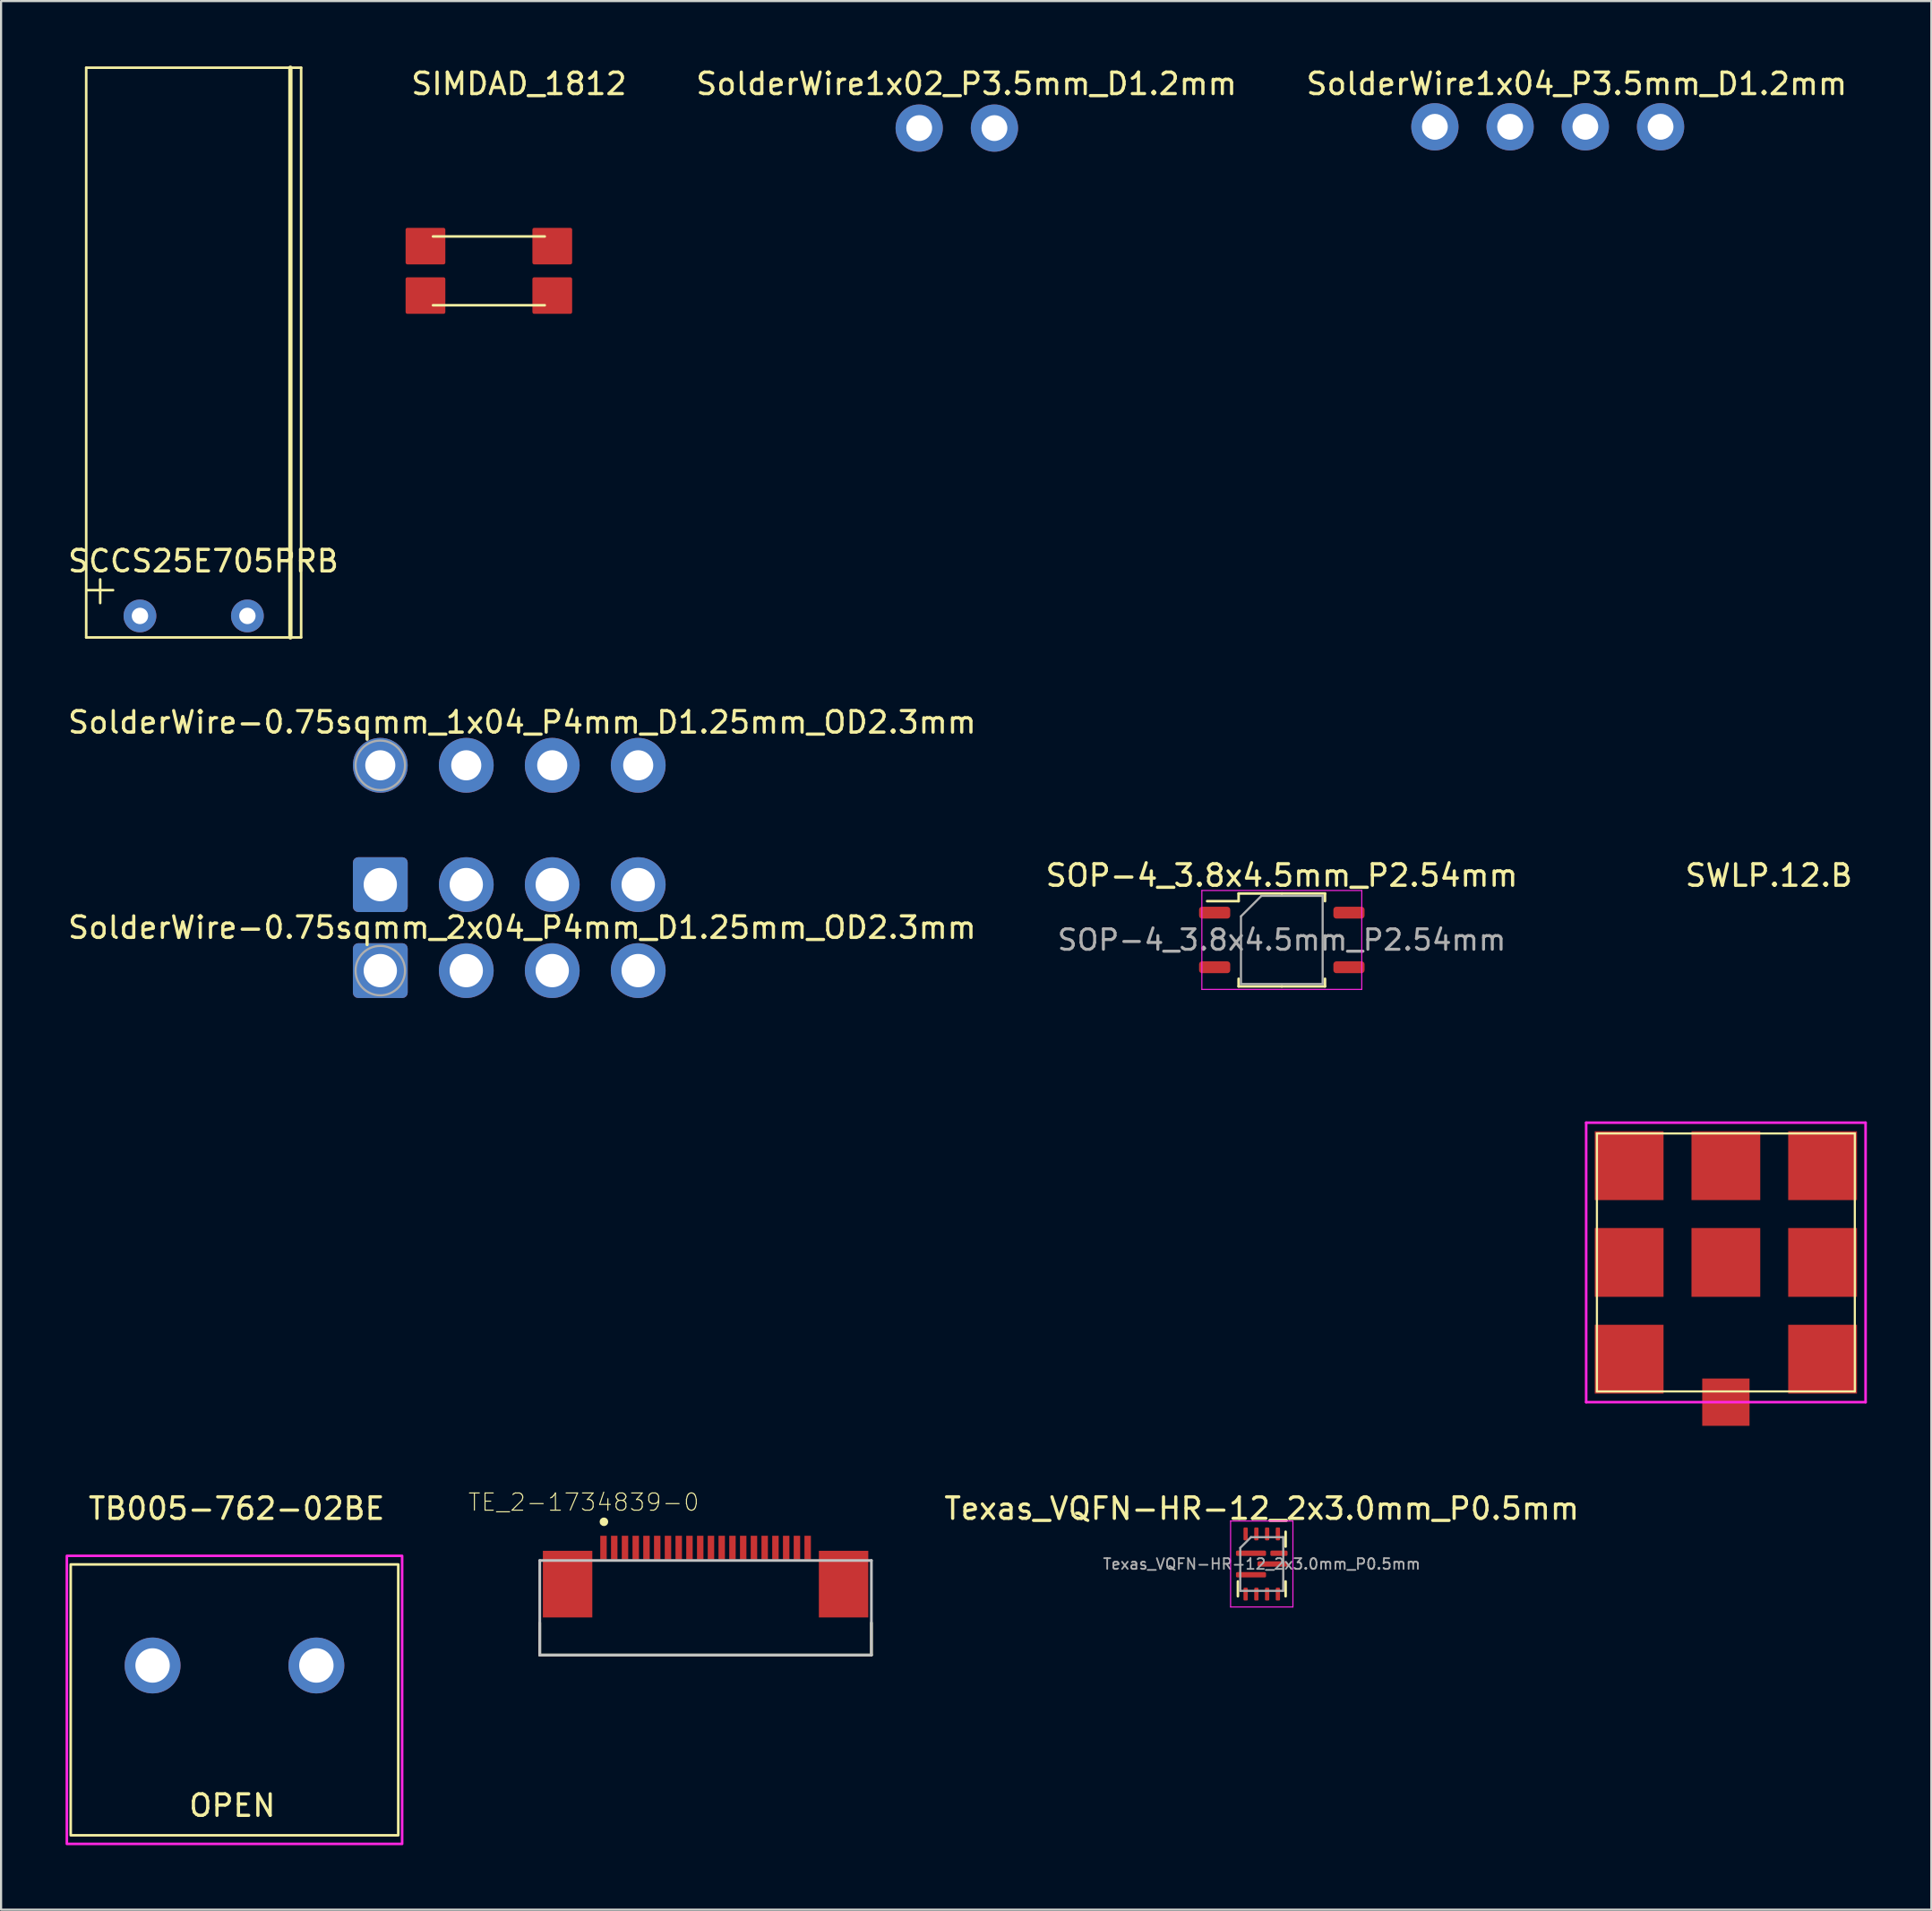
<source format=kicad_pcb>
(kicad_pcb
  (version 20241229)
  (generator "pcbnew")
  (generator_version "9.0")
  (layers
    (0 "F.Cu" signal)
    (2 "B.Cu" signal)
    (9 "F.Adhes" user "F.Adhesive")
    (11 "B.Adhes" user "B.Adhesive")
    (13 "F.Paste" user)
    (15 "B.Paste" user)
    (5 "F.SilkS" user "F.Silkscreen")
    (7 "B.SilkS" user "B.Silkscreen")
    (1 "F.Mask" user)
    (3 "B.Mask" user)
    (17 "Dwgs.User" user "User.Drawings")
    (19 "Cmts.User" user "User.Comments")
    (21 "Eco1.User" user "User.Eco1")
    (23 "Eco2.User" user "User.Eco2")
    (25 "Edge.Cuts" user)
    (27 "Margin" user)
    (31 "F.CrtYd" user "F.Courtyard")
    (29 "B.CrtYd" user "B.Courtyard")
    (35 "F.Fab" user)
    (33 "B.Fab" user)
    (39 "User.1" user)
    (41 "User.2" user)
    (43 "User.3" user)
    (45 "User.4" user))
  (footprint "SIMDAD_1812"
    (layer "F.Cu")
    (at 19.696 9.548)
    (property "Reference" "SIMDAD_1812" (at 1.4 -8.7 0) (unlocked yes) (layer "F.SilkS") (effects (font (size 1 1) (thickness 0.15))))
    (attr smd)
    (fp_line (start -2.6 -1.6) (end 2.6 -1.6) (stroke (width 0.12) (type default)) (layer "F.SilkS"))
    (fp_line (start -2.6 1.6) (end 2.6 1.6) (stroke (width 0.12) (type default)) (layer "F.SilkS"))
    (pad "1" smd roundrect (at -2.95 -1.15) (size 1.85 1.7) (layers "F.Cu" "F.Mask" "F.Paste") (roundrect_rratio 0.05))
    (pad "2" smd roundrect (at 2.95 -1.15) (size 1.85 1.7) (layers "F.Cu" "F.Mask" "F.Paste") (roundrect_rratio 0.05))
    (pad "3" smd roundrect (at 2.95 1.15) (size 1.85 1.7) (layers "F.Cu" "F.Mask" "F.Paste") (roundrect_rratio 0.05))
    (pad "4" smd roundrect (at -2.95 1.15) (size 1.85 1.7) (layers "F.Cu" "F.Mask" "F.Paste") (roundrect_rratio 0.05)))
  (footprint "SCCS25E705PRB"
    (layer "F.Cu")
    (at 5.961 25.6)
    (property "Reference" "SCCS25E705PRB" (at 0.45 -2.55 0) (layer "F.SilkS") (effects (font (size 1 1) (thickness 0.15))))
    (attr through_hole)
    (fp_line (start -5 -25.5) (end -5 1) (stroke (width 0.12) (type solid)) (layer "F.SilkS"))
    (fp_line (start -5 1) (end 5 1) (stroke (width 0.12) (type solid)) (layer "F.SilkS"))
    (fp_line (start -4.95 -1.2) (end -3.75 -1.2) (stroke (width 0.12) (type solid)) (layer "F.SilkS"))
    (fp_line (start -4.35 -1.7) (end -4.35 -0.6) (stroke (width 0.12) (type solid)) (layer "F.SilkS"))
    (fp_line (start 4.5 -25.5) (end 4.5 1) (stroke (width 0.2) (type solid)) (layer "F.SilkS"))
    (fp_line (start 5 -25.5) (end -5 -25.5) (stroke (width 0.12) (type solid)) (layer "F.SilkS"))
    (fp_line (start 5 1) (end 5 -25.5) (stroke (width 0.12) (type solid)) (layer "F.SilkS"))
    (pad "1" thru_hole circle (at -2.5 0) (size 1.524 1.524) (drill 0.762) (layers "*.Cu" "*.Mask"))
    (pad "2" thru_hole circle (at 2.5 0) (size 1.524 1.524) (drill 0.762) (layers "*.Cu" "*.Mask")))
  (footprint "SOP-4_3.8x4.5mm_P2.54mm"
    (layer "F.Cu")
    (at 56.589 40.672)
    (property "Reference" "SOP-4_3.8x4.5mm_P2.54mm" (at 0 -3 0) (layer "F.SilkS") (effects (font (size 1 1) (thickness 0.15))))
    (attr smd)
    (fp_line (start -2.01 -2.16) (end -2.01 -1.805) (stroke (width 0.12) (type solid)) (layer "F.SilkS"))
    (fp_line (start -2.01 -1.805) (end -3.475 -1.805) (stroke (width 0.12) (type solid)) (layer "F.SilkS"))
    (fp_line (start -2.01 2.16) (end -2.01 1.805) (stroke (width 0.12) (type solid)) (layer "F.SilkS"))
    (fp_line (start 0 -2.16) (end -2.01 -2.16) (stroke (width 0.12) (type solid)) (layer "F.SilkS"))
    (fp_line (start 0 -2.16) (end 2.01 -2.16) (stroke (width 0.12) (type solid)) (layer "F.SilkS"))
    (fp_line (start 0 2.16) (end -2.01 2.16) (stroke (width 0.12) (type solid)) (layer "F.SilkS"))
    (fp_line (start 0 2.16) (end 2.01 2.16) (stroke (width 0.12) (type solid)) (layer "F.SilkS"))
    (fp_line (start 2.01 -2.16) (end 2.01 -1.805) (stroke (width 0.12) (type solid)) (layer "F.SilkS"))
    (fp_line (start 2.01 2.16) (end 2.01 1.805) (stroke (width 0.12) (type solid)) (layer "F.SilkS"))
    (fp_line (start -3.72 -2.3) (end -3.72 2.3) (stroke (width 0.05) (type solid)) (layer "F.CrtYd"))
    (fp_line (start -3.72 2.3) (end 3.72 2.3) (stroke (width 0.05) (type solid)) (layer "F.CrtYd"))
    (fp_line (start 3.72 -2.3) (end -3.72 -2.3) (stroke (width 0.05) (type solid)) (layer "F.CrtYd"))
    (fp_line (start 3.72 2.3) (end 3.72 -2.3) (stroke (width 0.05) (type solid)) (layer "F.CrtYd"))
    (fp_line (start -1.9 -1.1) (end -0.95 -2.05) (stroke (width 0.1) (type solid)) (layer "F.Fab"))
    (fp_line (start -1.9 2.05) (end -1.9 -1.1) (stroke (width 0.1) (type solid)) (layer "F.Fab"))
    (fp_line (start -0.95 -2.05) (end 1.9 -2.05) (stroke (width 0.1) (type solid)) (layer "F.Fab"))
    (fp_line (start 1.9 -2.05) (end 1.9 2.05) (stroke (width 0.1) (type solid)) (layer "F.Fab"))
    (fp_line (start 1.9 2.05) (end -1.9 2.05) (stroke (width 0.1) (type solid)) (layer "F.Fab"))
    (fp_text user "${REFERENCE}" (at 0 0 0) (layer "F.Fab") (effects (font (size 0.95 0.95) (thickness 0.14))))
    (pad "1" smd roundrect (at -3.125 -1.27) (size 1.45 0.55) (layers "F.Cu" "F.Mask" "F.Paste") (roundrect_rratio 0.25))
    (pad "2" smd roundrect (at -3.125 1.27) (size 1.45 0.55) (layers "F.Cu" "F.Mask" "F.Paste") (roundrect_rratio 0.25))
    (pad "3" smd roundrect (at 3.125 1.27) (size 1.45 0.55) (layers "F.Cu" "F.Mask" "F.Paste") (roundrect_rratio 0.25))
    (pad "4" smd roundrect (at 3.125 -1.27) (size 1.45 0.55) (layers "F.Cu" "F.Mask" "F.Paste") (roundrect_rratio 0.25)))
  (footprint "SolderWire1x02_P3.5mm_D1.2mm"
    (layer "F.Cu")
    (at 39.718 2.908)
    (property "Reference" "SolderWire1x02_P3.5mm_D1.2mm" (at 2.2 -2.06 0) (layer "F.SilkS") (effects (font (size 1 1) (thickness 0.15))))
    (attr exclude_from_pos_files exclude_from_bom)
    (pad "1" thru_hole circle (at 0 0) (size 2.2 2.2) (drill 1.2) (layers "*.Cu" "*.Mask"))
    (pad "2" thru_hole circle (at 3.5 0) (size 2.2 2.2) (drill 1.2) (layers "*.Cu" "*.Mask")))
  (footprint "TE_2-1734839-0"
    (layer "F.Cu")
    (at 29.779 68.936)
    (property "Reference" "TE_2-1734839-0" (at -5.671 -2.109 0) (layer "F.SilkS") (effects (font (size 0.8 0.8) (thickness 0.05))))
    (attr smd)
    (fp_line (start -7.715 3.5) (end -7.715 5) (stroke (width 0.127) (type solid)) (layer "F.SilkS"))
    (fp_line (start -7.715 5) (end 7.715 5) (stroke (width 0.127) (type solid)) (layer "F.SilkS"))
    (fp_line (start 7.715 5) (end 7.715 3.5) (stroke (width 0.127) (type solid)) (layer "F.SilkS"))
    (fp_circle (center -4.73 -1.2) (end -4.63 -1.2) (stroke (width 0.2) (type solid)) (fill no) (layer "F.SilkS"))
    (fp_line (start -7.715 0.6) (end 7.715 0.6) (stroke (width 0.127) (type solid)) (layer "Dwgs.User"))
    (fp_line (start -7.715 5) (end -7.715 0.6) (stroke (width 0.127) (type solid)) (layer "Dwgs.User"))
    (fp_line (start 7.715 0.6) (end 7.715 5) (stroke (width 0.127) (type solid)) (layer "Dwgs.User"))
    (fp_line (start 7.715 5) (end -7.715 5) (stroke (width 0.127) (type solid)) (layer "Dwgs.User"))
    (fp_line (start -7.965 -0.8) (end 7.965 -0.8) (stroke (width 0.05) (type solid)) (layer "Eco1.User"))
    (fp_line (start -7.965 5.25) (end -7.965 -0.8) (stroke (width 0.05) (type solid)) (layer "Eco1.User"))
    (fp_line (start 7.965 -0.8) (end 7.965 5.25) (stroke (width 0.05) (type solid)) (layer "Eco1.User"))
    (fp_line (start 7.965 5.25) (end -7.965 5.25) (stroke (width 0.05) (type solid)) (layer "Eco1.User"))
    (pad "1" smd rect (at -4.75 0) (size 0.3 1.1) (layers "F.Cu" "F.Mask" "F.Paste"))
    (pad "2" smd rect (at -4.25 0) (size 0.3 1.1) (layers "F.Cu" "F.Mask" "F.Paste"))
    (pad "3" smd rect (at -3.75 0) (size 0.3 1.1) (layers "F.Cu" "F.Mask" "F.Paste"))
    (pad "4" smd rect (at -3.25 0) (size 0.3 1.1) (layers "F.Cu" "F.Mask" "F.Paste"))
    (pad "5" smd rect (at -2.75 0) (size 0.3 1.1) (layers "F.Cu" "F.Mask" "F.Paste"))
    (pad "6" smd rect (at -2.25 0) (size 0.3 1.1) (layers "F.Cu" "F.Mask" "F.Paste"))
    (pad "7" smd rect (at -1.75 0) (size 0.3 1.1) (layers "F.Cu" "F.Mask" "F.Paste"))
    (pad "8" smd rect (at -1.25 0) (size 0.3 1.1) (layers "F.Cu" "F.Mask" "F.Paste"))
    (pad "9" smd rect (at -0.75 0) (size 0.3 1.1) (layers "F.Cu" "F.Mask" "F.Paste"))
    (pad "10" smd rect (at -0.25 0) (size 0.3 1.1) (layers "F.Cu" "F.Mask" "F.Paste"))
    (pad "11" smd rect (at 0.25 0) (size 0.3 1.1) (layers "F.Cu" "F.Mask" "F.Paste"))
    (pad "12" smd rect (at 0.75 0) (size 0.3 1.1) (layers "F.Cu" "F.Mask" "F.Paste"))
    (pad "13" smd rect (at 1.25 0) (size 0.3 1.1) (layers "F.Cu" "F.Mask" "F.Paste"))
    (pad "14" smd rect (at 1.75 0) (size 0.3 1.1) (layers "F.Cu" "F.Mask" "F.Paste"))
    (pad "15" smd rect (at 2.25 0) (size 0.3 1.1) (layers "F.Cu" "F.Mask" "F.Paste"))
    (pad "16" smd rect (at 2.75 0) (size 0.3 1.1) (layers "F.Cu" "F.Mask" "F.Paste"))
    (pad "17" smd rect (at 3.25 0) (size 0.3 1.1) (layers "F.Cu" "F.Mask" "F.Paste"))
    (pad "18" smd rect (at 3.75 0) (size 0.3 1.1) (layers "F.Cu" "F.Mask" "F.Paste"))
    (pad "19" smd rect (at 4.25 0) (size 0.3 1.1) (layers "F.Cu" "F.Mask" "F.Paste"))
    (pad "20" smd rect (at 4.75 0) (size 0.3 1.1) (layers "F.Cu" "F.Mask" "F.Paste"))
    (pad "S1" smd rect (at -6.42 1.7) (size 2.3 3.1) (layers "F.Cu" "F.Mask" "F.Paste"))
    (pad "S2" smd rect (at 6.42 1.7) (size 2.3 3.1) (layers "F.Cu" "F.Mask" "F.Paste")))
  (footprint "SolderWire-0.75sqmm_2x04_P4mm_D1.25mm_OD2.3mm"
    (layer "F.Cu")
    (at 14.644 42.098)
    (property "Reference" "SolderWire-0.75sqmm_2x04_P4mm_D1.25mm_OD2.3mm" (at 6.6 -2 0) (layer "F.SilkS") (effects (font (size 1 1) (thickness 0.15))))
    (attr exclude_from_pos_files exclude_from_bom)
    (fp_circle (center 0 0) (end 1.15 0) (stroke (width 0.1) (type solid)) (fill no) (layer "F.Fab"))
    (pad "1" thru_hole roundrect (at 0 0) (size 2.55 2.55) (drill 1.55) (layers "*.Cu" "*.Mask") (roundrect_rratio 0.098))
    (pad "2" thru_hole circle (at 4 0) (size 2.55 2.55) (drill 1.55) (layers "*.Cu" "*.Mask"))
    (pad "3" thru_hole circle (at 8 0) (size 2.55 2.55) (drill 1.55) (layers "*.Cu" "*.Mask"))
    (pad "4" thru_hole circle (at 12 0) (size 2.55 2.55) (drill 1.55) (layers "*.Cu" "*.Mask"))
    (pad "5" thru_hole roundrect (at 0 -4) (size 2.55 2.55) (drill 1.55) (layers "*.Cu" "*.Mask") (roundrect_rratio 0.098))
    (pad "6" thru_hole circle (at 4 -4) (size 2.55 2.55) (drill 1.55) (layers "*.Cu" "*.Mask"))
    (pad "7" thru_hole circle (at 8 -4) (size 2.55 2.55) (drill 1.55) (layers "*.Cu" "*.Mask"))
    (pad "8" thru_hole circle (at 12 -4) (size 2.55 2.55) (drill 1.55) (layers "*.Cu" "*.Mask")))
  (footprint "SWLP.12.B"
    (layer "F.Cu")
    (at 71.25 49.672)
    (property "Reference" "SWLP.12.B" (at 8 -12 0) (layer "F.SilkS") (effects (font (size 1 1) (thickness 0.15))))
    (attr through_hole)
    (fp_line (start 0 12) (end 0 0) (stroke (width 0.1) (type solid)) (layer "F.SilkS"))
    (fp_line (start 0 12) (end 12 12) (stroke (width 0.1) (type solid)) (layer "F.SilkS"))
    (fp_line (start 12 0) (end 0 0) (stroke (width 0.1) (type solid)) (layer "F.SilkS"))
    (fp_line (start 12 0) (end 12 12) (stroke (width 0.1) (type solid)) (layer "F.SilkS"))
    (fp_line (start -0.5 -0.5) (end 12.5 -0.5) (stroke (width 0.12) (type solid)) (layer "F.CrtYd"))
    (fp_line (start -0.5 12.5) (end -0.5 -0.5) (stroke (width 0.12) (type solid)) (layer "F.CrtYd"))
    (fp_line (start 12.5 -0.5) (end 12.5 12.5) (stroke (width 0.12) (type solid)) (layer "F.CrtYd"))
    (fp_line (start 12.5 12.5) (end -0.5 12.5) (stroke (width 0.12) (type solid)) (layer "F.CrtYd"))
    (pad "0" smd rect (at 1.5 1.5) (size 3.2 3.2) (layers "F.Cu" "F.Mask" "F.Paste"))
    (pad "0" smd rect (at 1.5 6) (size 3.2 3.2) (layers "F.Cu" "F.Mask" "F.Paste"))
    (pad "0" smd rect (at 1.5 10.5) (size 3.2 3.2) (layers "F.Cu" "F.Mask" "F.Paste"))
    (pad "0" smd rect (at 6 1.5) (size 3.2 3.2) (layers "F.Cu" "F.Mask" "F.Paste"))
    (pad "0" smd rect (at 6 6) (size 3.2 3.2) (layers "F.Cu" "F.Mask" "F.Paste"))
    (pad "0" smd rect (at 10.5 1.5) (size 3.2 3.2) (layers "F.Cu" "F.Mask" "F.Paste"))
    (pad "0" smd rect (at 10.5 6) (size 3.2 3.2) (layers "F.Cu" "F.Mask" "F.Paste"))
    (pad "0" smd rect (at 10.5 10.5) (size 3.2 3.2) (layers "F.Cu" "F.Mask" "F.Paste"))
    (pad "1" smd rect (at 6 12.5) (size 2.2 2.2) (layers "F.Cu" "F.Mask" "F.Paste")))
  (footprint "SolderWire-0.75sqmm_1x04_P4mm_D1.25mm_OD2.3mm"
    (layer "F.Cu")
    (at 14.644 32.548)
    (property "Reference" "SolderWire-0.75sqmm_1x04_P4mm_D1.25mm_OD2.3mm" (at 6.6 -2 0) (layer "F.SilkS") (effects (font (size 1 1) (thickness 0.15))))
    (attr exclude_from_pos_files exclude_from_bom)
    (fp_circle (center 0 0) (end 1.15 0) (stroke (width 0.1) (type solid)) (fill no) (layer "F.Fab"))
    (pad "1" thru_hole circle (at 0 0) (size 2.55 2.55) (drill 1.4) (layers "*.Cu" "*.Mask"))
    (pad "2" thru_hole circle (at 4 0) (size 2.55 2.55) (drill 1.4) (layers "*.Cu" "*.Mask"))
    (pad "3" thru_hole circle (at 8 0) (size 2.55 2.55) (drill 1.4) (layers "*.Cu" "*.Mask"))
    (pad "4" thru_hole circle (at 12 0) (size 2.55 2.55) (drill 1.4) (layers "*.Cu" "*.Mask")))
  (footprint "TB005-762-02BE"
    (layer "F.Cu")
    (at 7.86 74.42)
    (property "Reference" "TB005-762-02BE" (at 0.1 -7.3 0) (unlocked yes) (layer "F.SilkS") (effects (font (size 1 1) (thickness 0.15))))
    (attr through_hole)
    (fp_rect (start -7.62 -4.7) (end 7.62 7.9) (stroke (width 0.12) (type default)) (fill no) (layer "F.SilkS"))
    (fp_rect (start -7.8 -5.1) (end 7.8 8.3) (stroke (width 0.12) (type default)) (fill no) (layer "F.CrtYd"))
    (fp_text user "OPEN" (at -2.2 7.1 0) (unlocked yes) (layer "F.SilkS") (effects (font (size 1 1) (thickness 0.15)) (justify left bottom)))
    (pad "1" thru_hole circle (at -3.81 0) (size 2.6 2.6) (drill 1.6) (layers "*.Cu" "*.Mask"))
    (pad "2" thru_hole circle (at 3.81 0) (size 2.6 2.6) (drill 1.6) (layers "*.Cu" "*.Mask")))
  (footprint "SolderWire1x04_P3.5mm_D1.2mm"
    (layer "F.Cu")
    (at 63.711 2.848)
    (property "Reference" "SolderWire1x04_P3.5mm_D1.2mm" (at 6.6 -2 0) (layer "F.SilkS") (effects (font (size 1 1) (thickness 0.15))))
    (attr exclude_from_pos_files exclude_from_bom)
    (pad "1" thru_hole circle (at 0 0) (size 2.2 2.2) (drill 1.2) (layers "*.Cu" "*.Mask"))
    (pad "2" thru_hole circle (at 3.5 0) (size 2.2 2.2) (drill 1.2) (layers "*.Cu" "*.Mask"))
    (pad "3" thru_hole circle (at 7 0) (size 2.2 2.2) (drill 1.2) (layers "*.Cu" "*.Mask"))
    (pad "4" thru_hole circle (at 10.5 0) (size 2.2 2.2) (drill 1.2) (layers "*.Cu" "*.Mask")))
  (footprint "Texas_VQFN-HR-12_2x3.0mm_P0.5mm"
    (layer "F.Cu")
    (at 55.656 69.7)
    (property "Reference" "Texas_VQFN-HR-12_2x3.0mm_P0.5mm" (at 0 -2.58 0) (layer "F.SilkS") (effects (font (size 1 1) (thickness 0.15))))
    (attr smd)
    (fp_line (start -1.11 1.5) (end -1.11 0.81) (stroke (width 0.12) (type solid)) (layer "F.SilkS"))
    (fp_line (start 1.11 -1.5) (end 1.11 -0.81) (stroke (width 0.12) (type solid)) (layer "F.SilkS"))
    (fp_line (start 1.11 1.5) (end 1.11 0.81) (stroke (width 0.12) (type solid)) (layer "F.SilkS"))
    (fp_line (start -1.45 -2) (end -1.45 2) (stroke (width 0.05) (type solid)) (layer "F.CrtYd"))
    (fp_line (start -1.45 2) (end 1.45 2) (stroke (width 0.05) (type solid)) (layer "F.CrtYd"))
    (fp_line (start 1.45 -2) (end -1.45 -2) (stroke (width 0.05) (type solid)) (layer "F.CrtYd"))
    (fp_line (start 1.45 2) (end 1.45 -2) (stroke (width 0.05) (type solid)) (layer "F.CrtYd"))
    (fp_line (start -1 -0.75) (end -0.5 -1.25) (stroke (width 0.1) (type solid)) (layer "F.Fab"))
    (fp_line (start -1 1.25) (end -1 -0.75) (stroke (width 0.1) (type solid)) (layer "F.Fab"))
    (fp_line (start -0.5 -1.25) (end 1 -1.25) (stroke (width 0.1) (type solid)) (layer "F.Fab"))
    (fp_line (start 1 -1.25) (end 1 1.25) (stroke (width 0.1) (type solid)) (layer "F.Fab"))
    (fp_line (start 1 1.25) (end -1 1.25) (stroke (width 0.1) (type solid)) (layer "F.Fab"))
    (fp_text user "${REFERENCE}" (at 0 0 0) (layer "F.Fab") (effects (font (size 0.5 0.5) (thickness 0.08))))
    (pad "1" smd roundrect (at -0.5 -0.5) (size 1.4 0.25) (layers "F.Cu" "F.Mask" "F.Paste") (roundrect_rratio 0.25))
    (pad "2" smd roundrect (at -0.5 0.5) (size 1.4 0.25) (layers "F.Cu" "F.Mask" "F.Paste") (roundrect_rratio 0.25))
    (pad "3" smd roundrect (at -0.75 1.4) (size 0.2 0.6) (layers "F.Cu" "F.Mask" "F.Paste") (roundrect_rratio 0.25))
    (pad "4" smd roundrect (at -0.25 1.4) (size 0.2 0.6) (layers "F.Cu" "F.Mask" "F.Paste") (roundrect_rratio 0.25))
    (pad "5" smd roundrect (at 0.25 1.4) (size 0.2 0.6) (layers "F.Cu" "F.Mask" "F.Paste") (roundrect_rratio 0.25))
    (pad "6" smd roundrect (at 0.75 1.4) (size 0.2 0.6) (layers "F.Cu" "F.Mask" "F.Paste") (roundrect_rratio 0.25))
    (pad "7" smd roundrect (at 0.5 0) (size 1.4 0.25) (layers "F.Cu" "F.Mask" "F.Paste") (roundrect_rratio 0.25))
    (pad "8" smd roundrect (at 0.8 -0.5) (size 0.8 0.25) (layers "F.Cu" "F.Mask" "F.Paste") (roundrect_rratio 0.25))
    (pad "9" smd roundrect (at 0.75 -1.4) (size 0.2 0.6) (layers "F.Cu" "F.Mask" "F.Paste") (roundrect_rratio 0.25))
    (pad "10" smd roundrect (at 0.25 -1.4) (size 0.2 0.6) (layers "F.Cu" "F.Mask" "F.Paste") (roundrect_rratio 0.25))
    (pad "11" smd roundrect (at -0.25 -1.4) (size 0.2 0.6) (layers "F.Cu" "F.Mask" "F.Paste") (roundrect_rratio 0.25))
    (pad "12" smd roundrect (at -0.75 -1.4) (size 0.2 0.6) (layers "F.Cu" "F.Mask" "F.Paste") (roundrect_rratio 0.25)))
  (gr_rect
    (start -3 -3)
    (end 86.81 85.78)
    (stroke (width 0.1) (type default))
    (fill no)
    (layer "Edge.Cuts")))
</source>
